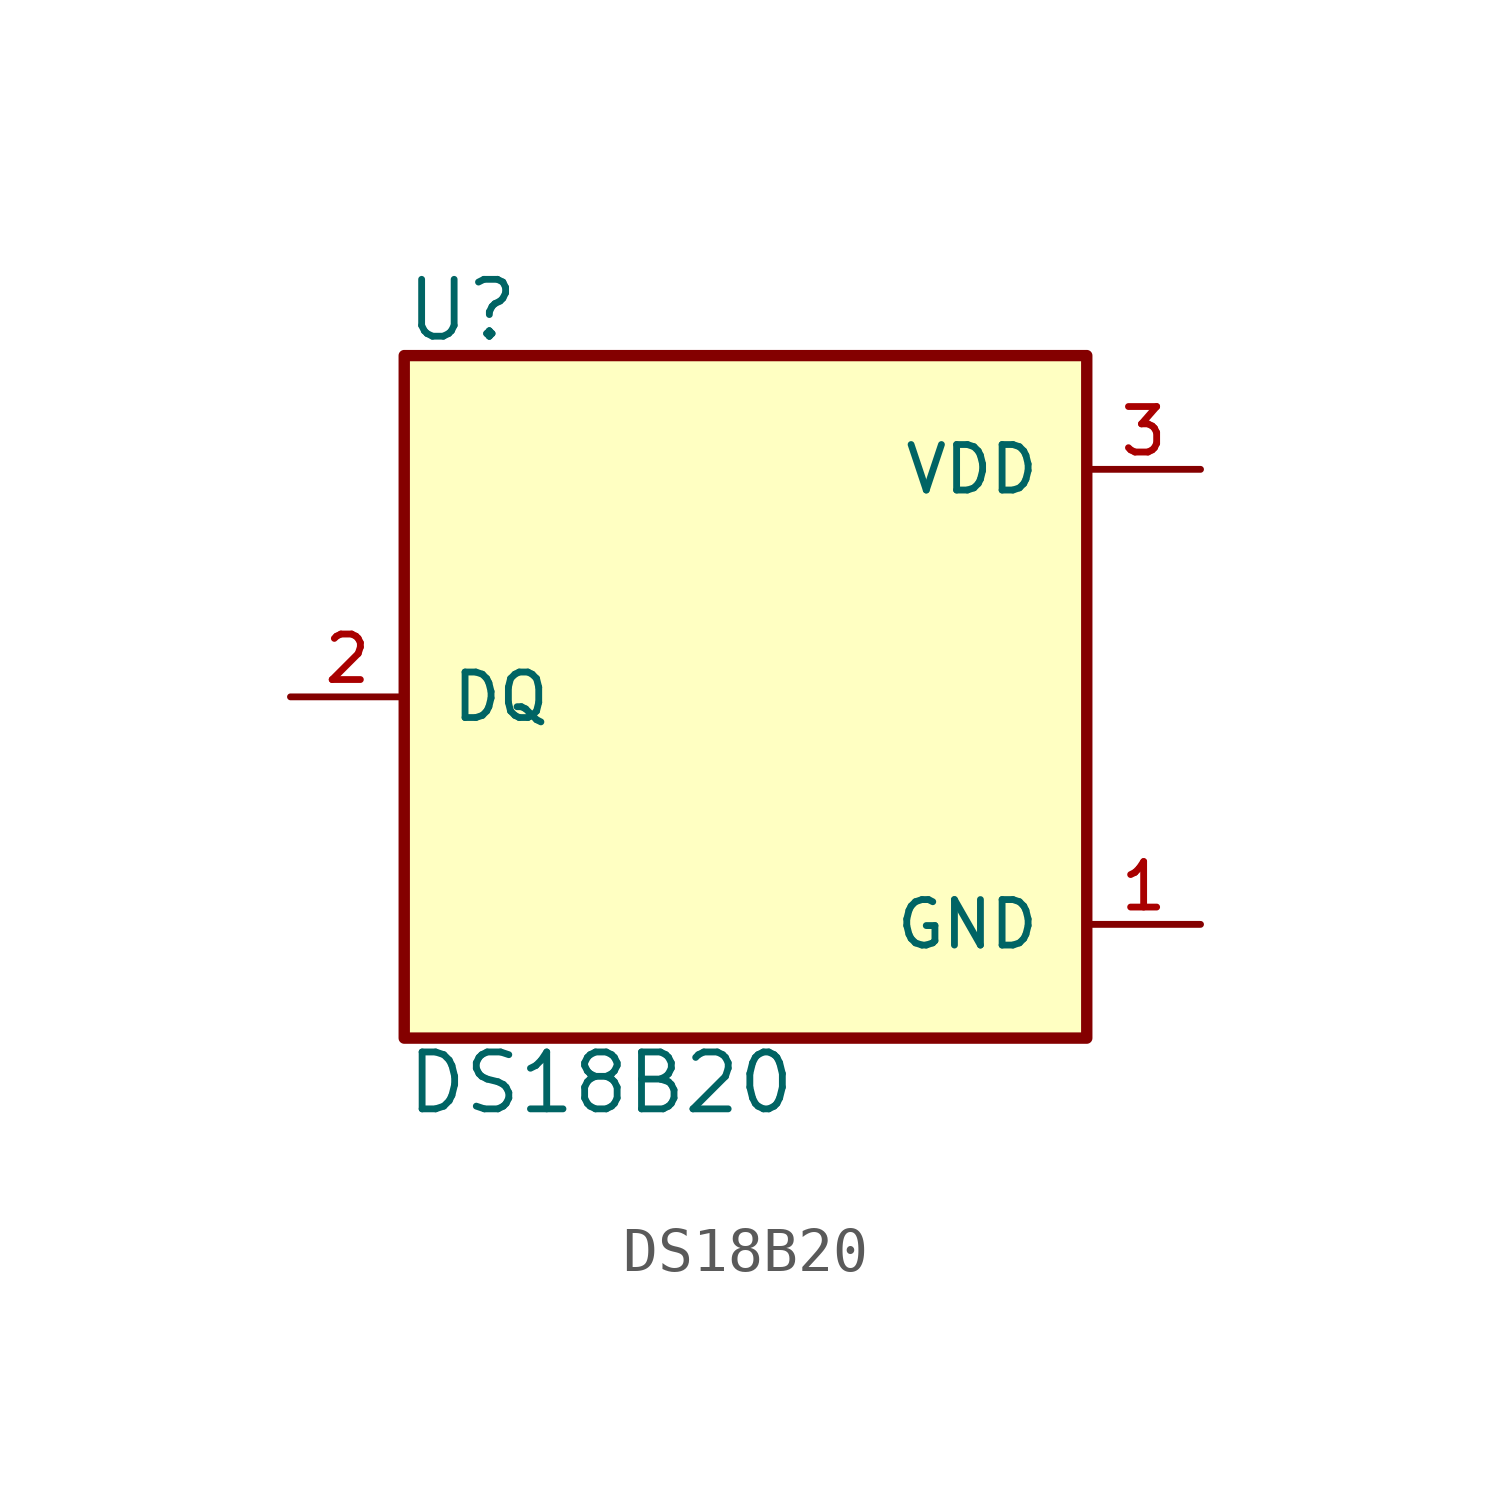
<source format=kicad_sym>
(kicad_symbol_lib
  (version 20211014)
  (generator kicad_symbol_editor)
  (symbol "DS18B20"
    (pin_names
      (offset 1.016))
    (property "Reference" "U"
      (at -7.634 7.889 0)
      (effects (font (size 1.27 1.27)) (justify bottom left)))
    (property "Value" "DS18B20"
      (at -7.623 -7.877 0)
      (effects (font (size 1.27 1.27)) (justify top left)))
    (symbol "DS18B20_0_0"
      (rectangle (start -7.62 -7.62) (end 7.62 7.62) (stroke (width 0.254)) (fill (type background)))
      (pin bidirectional line (at -10.16 0.0 0) (length 2.54) (name "DQ" (effects (font (size 1.016 1.016)))) (number "2" (effects (font (size 1.016 1.016)))))
      (pin power_in line (at 10.16 5.08 180.0) (length 2.54) (name "VDD" (effects (font (size 1.016 1.016)))) (number "3" (effects (font (size 1.016 1.016)))))
      (pin power_in line (at 10.16 -5.08 180.0) (length 2.54) (name "GND" (effects (font (size 1.016 1.016)))) (number "1" (effects (font (size 1.016 1.016))))))))
</source>
